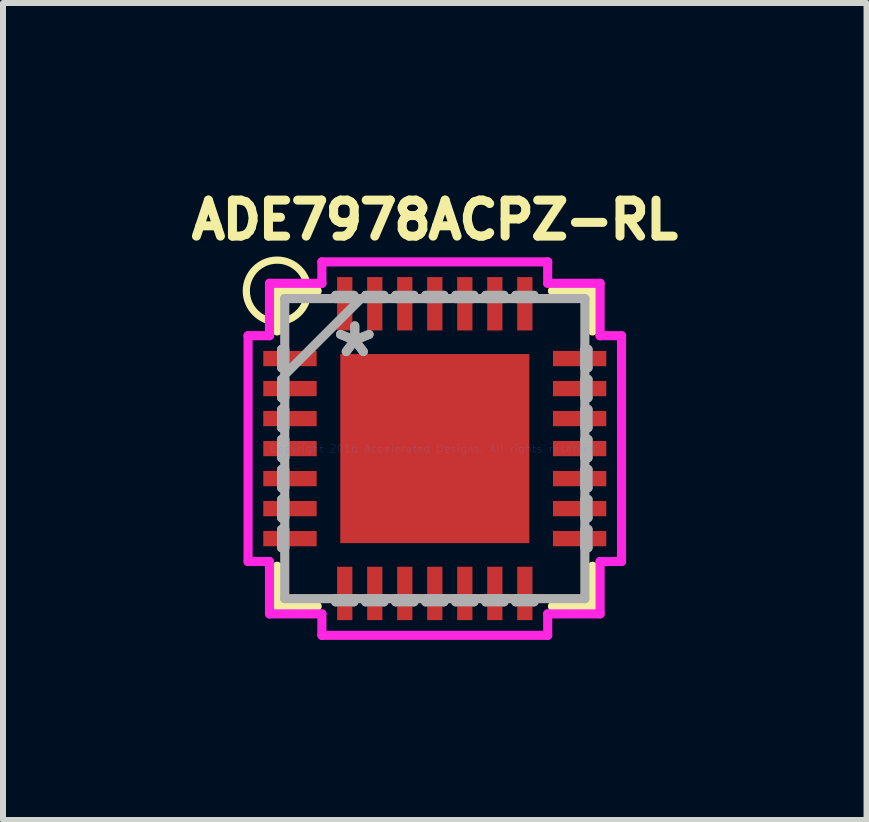
<source format=kicad_pcb>
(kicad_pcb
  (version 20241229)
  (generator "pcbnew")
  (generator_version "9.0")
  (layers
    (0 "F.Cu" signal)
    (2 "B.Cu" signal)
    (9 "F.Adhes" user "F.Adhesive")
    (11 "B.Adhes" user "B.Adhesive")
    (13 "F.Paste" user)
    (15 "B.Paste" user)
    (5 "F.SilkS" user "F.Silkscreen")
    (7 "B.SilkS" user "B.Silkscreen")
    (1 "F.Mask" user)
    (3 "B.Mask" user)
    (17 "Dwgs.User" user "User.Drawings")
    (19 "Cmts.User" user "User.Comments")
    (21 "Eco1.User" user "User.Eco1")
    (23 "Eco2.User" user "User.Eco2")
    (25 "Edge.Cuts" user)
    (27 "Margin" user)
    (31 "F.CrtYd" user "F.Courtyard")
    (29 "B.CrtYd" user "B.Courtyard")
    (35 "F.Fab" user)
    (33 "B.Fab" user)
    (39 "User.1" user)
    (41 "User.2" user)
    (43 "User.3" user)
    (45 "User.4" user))
  (footprint "ADE7978ACPZ-RL"
    (layer "F.Cu")
    (at 4.194 4.424)
    (property "Reference" "ADE7978ACPZ-RL" (at 0 -3.81 0) (layer "F.SilkS") (effects (font (size 0.6 0.6) (thickness 0.15))))
    (attr smd)
    (fp_line (start -2.627 -2.627) (end -2.627 -1.96) (stroke (width 0.152) (type solid)) (layer "F.SilkS"))
    (fp_line (start -2.627 1.96) (end -2.627 2.627) (stroke (width 0.152) (type solid)) (layer "F.SilkS"))
    (fp_line (start -2.627 2.627) (end -1.96 2.627) (stroke (width 0.152) (type solid)) (layer "F.SilkS"))
    (fp_line (start -1.96 -2.627) (end -2.627 -2.627) (stroke (width 0.152) (type solid)) (layer "F.SilkS"))
    (fp_line (start 1.96 2.627) (end 2.627 2.627) (stroke (width 0.152) (type solid)) (layer "F.SilkS"))
    (fp_line (start 2.627 -2.627) (end 1.96 -2.627) (stroke (width 0.152) (type solid)) (layer "F.SilkS"))
    (fp_line (start 2.627 -1.96) (end 2.627 -2.627) (stroke (width 0.152) (type solid)) (layer "F.SilkS"))
    (fp_line (start 2.627 2.627) (end 2.627 1.96) (stroke (width 0.152) (type solid)) (layer "F.SilkS"))
    (fp_circle (center -2.627 -2.627) (end -3.048 -2.921) (stroke (width 0.12) (type solid)) (fill no) (layer "F.SilkS"))
    (fp_line (start -3.111 -1.881) (end -2.754 -1.881) (stroke (width 0.152) (type solid)) (layer "F.CrtYd"))
    (fp_line (start -3.111 1.881) (end -3.111 -1.881) (stroke (width 0.152) (type solid)) (layer "F.CrtYd"))
    (fp_line (start -2.754 -2.754) (end -1.881 -2.754) (stroke (width 0.152) (type solid)) (layer "F.CrtYd"))
    (fp_line (start -2.754 -1.881) (end -2.754 -2.754) (stroke (width 0.152) (type solid)) (layer "F.CrtYd"))
    (fp_line (start -2.754 1.881) (end -3.111 1.881) (stroke (width 0.152) (type solid)) (layer "F.CrtYd"))
    (fp_line (start -2.754 2.754) (end -2.754 1.881) (stroke (width 0.152) (type solid)) (layer "F.CrtYd"))
    (fp_line (start -1.881 -3.111) (end 1.881 -3.111) (stroke (width 0.152) (type solid)) (layer "F.CrtYd"))
    (fp_line (start -1.881 -2.754) (end -1.881 -3.111) (stroke (width 0.152) (type solid)) (layer "F.CrtYd"))
    (fp_line (start -1.881 2.754) (end -2.754 2.754) (stroke (width 0.152) (type solid)) (layer "F.CrtYd"))
    (fp_line (start -1.881 3.111) (end -1.881 2.754) (stroke (width 0.152) (type solid)) (layer "F.CrtYd"))
    (fp_line (start 1.881 -3.111) (end 1.881 -2.754) (stroke (width 0.152) (type solid)) (layer "F.CrtYd"))
    (fp_line (start 1.881 -2.754) (end 2.754 -2.754) (stroke (width 0.152) (type solid)) (layer "F.CrtYd"))
    (fp_line (start 1.881 2.754) (end 1.881 3.111) (stroke (width 0.152) (type solid)) (layer "F.CrtYd"))
    (fp_line (start 1.881 3.111) (end -1.881 3.111) (stroke (width 0.152) (type solid)) (layer "F.CrtYd"))
    (fp_line (start 2.754 -2.754) (end 2.754 -1.881) (stroke (width 0.152) (type solid)) (layer "F.CrtYd"))
    (fp_line (start 2.754 -1.881) (end 3.111 -1.881) (stroke (width 0.152) (type solid)) (layer "F.CrtYd"))
    (fp_line (start 2.754 1.881) (end 2.754 2.754) (stroke (width 0.152) (type solid)) (layer "F.CrtYd"))
    (fp_line (start 2.754 2.754) (end 1.881 2.754) (stroke (width 0.152) (type solid)) (layer "F.CrtYd"))
    (fp_line (start 3.111 -1.881) (end 3.111 1.881) (stroke (width 0.152) (type solid)) (layer "F.CrtYd"))
    (fp_line (start 3.111 1.881) (end 2.754 1.881) (stroke (width 0.152) (type solid)) (layer "F.CrtYd"))
    (fp_line (start -2.553 -1.652) (end -2.553 -1.348) (stroke (width 0.152) (type solid)) (layer "F.Fab"))
    (fp_line (start -2.553 -1.348) (end -2.5 -1.348) (stroke (width 0.152) (type solid)) (layer "F.Fab"))
    (fp_line (start -2.553 -1.152) (end -2.553 -0.848) (stroke (width 0.152) (type solid)) (layer "F.Fab"))
    (fp_line (start -2.553 -0.848) (end -2.5 -0.848) (stroke (width 0.152) (type solid)) (layer "F.Fab"))
    (fp_line (start -2.553 -0.652) (end -2.553 -0.348) (stroke (width 0.152) (type solid)) (layer "F.Fab"))
    (fp_line (start -2.553 -0.348) (end -2.5 -0.348) (stroke (width 0.152) (type solid)) (layer "F.Fab"))
    (fp_line (start -2.553 -0.152) (end -2.553 0.152) (stroke (width 0.152) (type solid)) (layer "F.Fab"))
    (fp_line (start -2.553 0.152) (end -2.5 0.152) (stroke (width 0.152) (type solid)) (layer "F.Fab"))
    (fp_line (start -2.553 0.348) (end -2.553 0.652) (stroke (width 0.152) (type solid)) (layer "F.Fab"))
    (fp_line (start -2.553 0.652) (end -2.5 0.652) (stroke (width 0.152) (type solid)) (layer "F.Fab"))
    (fp_line (start -2.553 0.848) (end -2.553 1.152) (stroke (width 0.152) (type solid)) (layer "F.Fab"))
    (fp_line (start -2.553 1.152) (end -2.5 1.152) (stroke (width 0.152) (type solid)) (layer "F.Fab"))
    (fp_line (start -2.553 1.348) (end -2.553 1.652) (stroke (width 0.152) (type solid)) (layer "F.Fab"))
    (fp_line (start -2.553 1.652) (end -2.5 1.652) (stroke (width 0.152) (type solid)) (layer "F.Fab"))
    (fp_line (start -2.5 -2.5) (end -2.5 2.5) (stroke (width 0.152) (type solid)) (layer "F.Fab"))
    (fp_line (start -2.5 -1.652) (end -2.553 -1.652) (stroke (width 0.152) (type solid)) (layer "F.Fab"))
    (fp_line (start -2.5 -1.348) (end -2.5 -1.652) (stroke (width 0.152) (type solid)) (layer "F.Fab"))
    (fp_line (start -2.5 -1.23) (end -1.23 -2.5) (stroke (width 0.152) (type solid)) (layer "F.Fab"))
    (fp_line (start -2.5 -1.152) (end -2.553 -1.152) (stroke (width 0.152) (type solid)) (layer "F.Fab"))
    (fp_line (start -2.5 -0.848) (end -2.5 -1.152) (stroke (width 0.152) (type solid)) (layer "F.Fab"))
    (fp_line (start -2.5 -0.652) (end -2.553 -0.652) (stroke (width 0.152) (type solid)) (layer "F.Fab"))
    (fp_line (start -2.5 -0.348) (end -2.5 -0.652) (stroke (width 0.152) (type solid)) (layer "F.Fab"))
    (fp_line (start -2.5 -0.152) (end -2.553 -0.152) (stroke (width 0.152) (type solid)) (layer "F.Fab"))
    (fp_line (start -2.5 0.152) (end -2.5 -0.152) (stroke (width 0.152) (type solid)) (layer "F.Fab"))
    (fp_line (start -2.5 0.348) (end -2.553 0.348) (stroke (width 0.152) (type solid)) (layer "F.Fab"))
    (fp_line (start -2.5 0.652) (end -2.5 0.348) (stroke (width 0.152) (type solid)) (layer "F.Fab"))
    (fp_line (start -2.5 0.848) (end -2.553 0.848) (stroke (width 0.152) (type solid)) (layer "F.Fab"))
    (fp_line (start -2.5 1.152) (end -2.5 0.848) (stroke (width 0.152) (type solid)) (layer "F.Fab"))
    (fp_line (start -2.5 1.348) (end -2.553 1.348) (stroke (width 0.152) (type solid)) (layer "F.Fab"))
    (fp_line (start -2.5 1.652) (end -2.5 1.348) (stroke (width 0.152) (type solid)) (layer "F.Fab"))
    (fp_line (start -2.5 2.5) (end 2.5 2.5) (stroke (width 0.152) (type solid)) (layer "F.Fab"))
    (fp_line (start -1.652 -2.553) (end -1.652 -2.5) (stroke (width 0.152) (type solid)) (layer "F.Fab"))
    (fp_line (start -1.652 -2.5) (end -1.348 -2.5) (stroke (width 0.152) (type solid)) (layer "F.Fab"))
    (fp_line (start -1.652 2.5) (end -1.652 2.553) (stroke (width 0.152) (type solid)) (layer "F.Fab"))
    (fp_line (start -1.652 2.553) (end -1.348 2.553) (stroke (width 0.152) (type solid)) (layer "F.Fab"))
    (fp_line (start -1.348 -2.553) (end -1.652 -2.553) (stroke (width 0.152) (type solid)) (layer "F.Fab"))
    (fp_line (start -1.348 -2.5) (end -1.348 -2.553) (stroke (width 0.152) (type solid)) (layer "F.Fab"))
    (fp_line (start -1.348 2.5) (end -1.652 2.5) (stroke (width 0.152) (type solid)) (layer "F.Fab"))
    (fp_line (start -1.348 2.553) (end -1.348 2.5) (stroke (width 0.152) (type solid)) (layer "F.Fab"))
    (fp_line (start -1.152 -2.553) (end -1.152 -2.5) (stroke (width 0.152) (type solid)) (layer "F.Fab"))
    (fp_line (start -1.152 -2.5) (end -0.848 -2.5) (stroke (width 0.152) (type solid)) (layer "F.Fab"))
    (fp_line (start -1.152 2.5) (end -1.152 2.553) (stroke (width 0.152) (type solid)) (layer "F.Fab"))
    (fp_line (start -1.152 2.553) (end -0.848 2.553) (stroke (width 0.152) (type solid)) (layer "F.Fab"))
    (fp_line (start -0.848 -2.553) (end -1.152 -2.553) (stroke (width 0.152) (type solid)) (layer "F.Fab"))
    (fp_line (start -0.848 -2.5) (end -0.848 -2.553) (stroke (width 0.152) (type solid)) (layer "F.Fab"))
    (fp_line (start -0.848 2.5) (end -1.152 2.5) (stroke (width 0.152) (type solid)) (layer "F.Fab"))
    (fp_line (start -0.848 2.553) (end -0.848 2.5) (stroke (width 0.152) (type solid)) (layer "F.Fab"))
    (fp_line (start -0.652 -2.553) (end -0.652 -2.5) (stroke (width 0.152) (type solid)) (layer "F.Fab"))
    (fp_line (start -0.652 -2.5) (end -0.348 -2.5) (stroke (width 0.152) (type solid)) (layer "F.Fab"))
    (fp_line (start -0.652 2.5) (end -0.652 2.553) (stroke (width 0.152) (type solid)) (layer "F.Fab"))
    (fp_line (start -0.652 2.553) (end -0.348 2.553) (stroke (width 0.152) (type solid)) (layer "F.Fab"))
    (fp_line (start -0.348 -2.553) (end -0.652 -2.553) (stroke (width 0.152) (type solid)) (layer "F.Fab"))
    (fp_line (start -0.348 -2.5) (end -0.348 -2.553) (stroke (width 0.152) (type solid)) (layer "F.Fab"))
    (fp_line (start -0.348 2.5) (end -0.652 2.5) (stroke (width 0.152) (type solid)) (layer "F.Fab"))
    (fp_line (start -0.348 2.553) (end -0.348 2.5) (stroke (width 0.152) (type solid)) (layer "F.Fab"))
    (fp_line (start -0.152 -2.553) (end -0.152 -2.5) (stroke (width 0.152) (type solid)) (layer "F.Fab"))
    (fp_line (start -0.152 -2.5) (end 0.152 -2.5) (stroke (width 0.152) (type solid)) (layer "F.Fab"))
    (fp_line (start -0.152 2.5) (end -0.152 2.553) (stroke (width 0.152) (type solid)) (layer "F.Fab"))
    (fp_line (start -0.152 2.553) (end 0.152 2.553) (stroke (width 0.152) (type solid)) (layer "F.Fab"))
    (fp_line (start 0.152 -2.553) (end -0.152 -2.553) (stroke (width 0.152) (type solid)) (layer "F.Fab"))
    (fp_line (start 0.152 -2.5) (end 0.152 -2.553) (stroke (width 0.152) (type solid)) (layer "F.Fab"))
    (fp_line (start 0.152 2.5) (end -0.152 2.5) (stroke (width 0.152) (type solid)) (layer "F.Fab"))
    (fp_line (start 0.152 2.553) (end 0.152 2.5) (stroke (width 0.152) (type solid)) (layer "F.Fab"))
    (fp_line (start 0.348 -2.553) (end 0.348 -2.5) (stroke (width 0.152) (type solid)) (layer "F.Fab"))
    (fp_line (start 0.348 -2.5) (end 0.652 -2.5) (stroke (width 0.152) (type solid)) (layer "F.Fab"))
    (fp_line (start 0.348 2.5) (end 0.348 2.553) (stroke (width 0.152) (type solid)) (layer "F.Fab"))
    (fp_line (start 0.348 2.553) (end 0.652 2.553) (stroke (width 0.152) (type solid)) (layer "F.Fab"))
    (fp_line (start 0.652 -2.553) (end 0.348 -2.553) (stroke (width 0.152) (type solid)) (layer "F.Fab"))
    (fp_line (start 0.652 -2.5) (end 0.652 -2.553) (stroke (width 0.152) (type solid)) (layer "F.Fab"))
    (fp_line (start 0.652 2.5) (end 0.348 2.5) (stroke (width 0.152) (type solid)) (layer "F.Fab"))
    (fp_line (start 0.652 2.553) (end 0.652 2.5) (stroke (width 0.152) (type solid)) (layer "F.Fab"))
    (fp_line (start 0.848 -2.553) (end 0.848 -2.5) (stroke (width 0.152) (type solid)) (layer "F.Fab"))
    (fp_line (start 0.848 -2.5) (end 1.152 -2.5) (stroke (width 0.152) (type solid)) (layer "F.Fab"))
    (fp_line (start 0.848 2.5) (end 0.848 2.553) (stroke (width 0.152) (type solid)) (layer "F.Fab"))
    (fp_line (start 0.848 2.553) (end 1.152 2.553) (stroke (width 0.152) (type solid)) (layer "F.Fab"))
    (fp_line (start 1.152 -2.553) (end 0.848 -2.553) (stroke (width 0.152) (type solid)) (layer "F.Fab"))
    (fp_line (start 1.152 -2.5) (end 1.152 -2.553) (stroke (width 0.152) (type solid)) (layer "F.Fab"))
    (fp_line (start 1.152 2.5) (end 0.848 2.5) (stroke (width 0.152) (type solid)) (layer "F.Fab"))
    (fp_line (start 1.152 2.553) (end 1.152 2.5) (stroke (width 0.152) (type solid)) (layer "F.Fab"))
    (fp_line (start 1.348 -2.553) (end 1.348 -2.5) (stroke (width 0.152) (type solid)) (layer "F.Fab"))
    (fp_line (start 1.348 -2.5) (end 1.652 -2.5) (stroke (width 0.152) (type solid)) (layer "F.Fab"))
    (fp_line (start 1.348 2.5) (end 1.348 2.553) (stroke (width 0.152) (type solid)) (layer "F.Fab"))
    (fp_line (start 1.348 2.553) (end 1.652 2.553) (stroke (width 0.152) (type solid)) (layer "F.Fab"))
    (fp_line (start 1.652 -2.553) (end 1.348 -2.553) (stroke (width 0.152) (type solid)) (layer "F.Fab"))
    (fp_line (start 1.652 -2.5) (end 1.652 -2.553) (stroke (width 0.152) (type solid)) (layer "F.Fab"))
    (fp_line (start 1.652 2.5) (end 1.348 2.5) (stroke (width 0.152) (type solid)) (layer "F.Fab"))
    (fp_line (start 1.652 2.553) (end 1.652 2.5) (stroke (width 0.152) (type solid)) (layer "F.Fab"))
    (fp_line (start 2.5 -2.5) (end -2.5 -2.5) (stroke (width 0.152) (type solid)) (layer "F.Fab"))
    (fp_line (start 2.5 -1.652) (end 2.5 -1.348) (stroke (width 0.152) (type solid)) (layer "F.Fab"))
    (fp_line (start 2.5 -1.348) (end 2.553 -1.348) (stroke (width 0.152) (type solid)) (layer "F.Fab"))
    (fp_line (start 2.5 -1.152) (end 2.5 -0.848) (stroke (width 0.152) (type solid)) (layer "F.Fab"))
    (fp_line (start 2.5 -0.848) (end 2.553 -0.848) (stroke (width 0.152) (type solid)) (layer "F.Fab"))
    (fp_line (start 2.5 -0.652) (end 2.5 -0.348) (stroke (width 0.152) (type solid)) (layer "F.Fab"))
    (fp_line (start 2.5 -0.348) (end 2.553 -0.348) (stroke (width 0.152) (type solid)) (layer "F.Fab"))
    (fp_line (start 2.5 -0.152) (end 2.5 0.152) (stroke (width 0.152) (type solid)) (layer "F.Fab"))
    (fp_line (start 2.5 0.152) (end 2.553 0.152) (stroke (width 0.152) (type solid)) (layer "F.Fab"))
    (fp_line (start 2.5 0.348) (end 2.5 0.652) (stroke (width 0.152) (type solid)) (layer "F.Fab"))
    (fp_line (start 2.5 0.652) (end 2.553 0.652) (stroke (width 0.152) (type solid)) (layer "F.Fab"))
    (fp_line (start 2.5 0.848) (end 2.5 1.152) (stroke (width 0.152) (type solid)) (layer "F.Fab"))
    (fp_line (start 2.5 1.152) (end 2.553 1.152) (stroke (width 0.152) (type solid)) (layer "F.Fab"))
    (fp_line (start 2.5 1.348) (end 2.5 1.652) (stroke (width 0.152) (type solid)) (layer "F.Fab"))
    (fp_line (start 2.5 1.652) (end 2.553 1.652) (stroke (width 0.152) (type solid)) (layer "F.Fab"))
    (fp_line (start 2.5 2.5) (end 2.5 -2.5) (stroke (width 0.152) (type solid)) (layer "F.Fab"))
    (fp_line (start 2.553 -1.652) (end 2.5 -1.652) (stroke (width 0.152) (type solid)) (layer "F.Fab"))
    (fp_line (start 2.553 -1.348) (end 2.553 -1.652) (stroke (width 0.152) (type solid)) (layer "F.Fab"))
    (fp_line (start 2.553 -1.152) (end 2.5 -1.152) (stroke (width 0.152) (type solid)) (layer "F.Fab"))
    (fp_line (start 2.553 -0.848) (end 2.553 -1.152) (stroke (width 0.152) (type solid)) (layer "F.Fab"))
    (fp_line (start 2.553 -0.652) (end 2.5 -0.652) (stroke (width 0.152) (type solid)) (layer "F.Fab"))
    (fp_line (start 2.553 -0.348) (end 2.553 -0.652) (stroke (width 0.152) (type solid)) (layer "F.Fab"))
    (fp_line (start 2.553 -0.152) (end 2.5 -0.152) (stroke (width 0.152) (type solid)) (layer "F.Fab"))
    (fp_line (start 2.553 0.152) (end 2.553 -0.152) (stroke (width 0.152) (type solid)) (layer "F.Fab"))
    (fp_line (start 2.553 0.348) (end 2.5 0.348) (stroke (width 0.152) (type solid)) (layer "F.Fab"))
    (fp_line (start 2.553 0.652) (end 2.553 0.348) (stroke (width 0.152) (type solid)) (layer "F.Fab"))
    (fp_line (start 2.553 0.848) (end 2.5 0.848) (stroke (width 0.152) (type solid)) (layer "F.Fab"))
    (fp_line (start 2.553 1.152) (end 2.553 0.848) (stroke (width 0.152) (type solid)) (layer "F.Fab"))
    (fp_line (start 2.553 1.348) (end 2.5 1.348) (stroke (width 0.152) (type solid)) (layer "F.Fab"))
    (fp_line (start 2.553 1.652) (end 2.553 1.348) (stroke (width 0.152) (type solid)) (layer "F.Fab"))
    (fp_text user "Copyright 2016 Accelerated Designs. All rights reserved." (at 0 0 0) (layer "Cmts.User") (effects (font (size 0.127 0.127) (thickness 0.002))))
    (fp_text user "*" (at -1.333 -1.5 0) (layer "F.Fab") (effects (font (size 1 1) (thickness 0.15))))
    (fp_text user "*" (at -1.333 -1.5 0) (layer "F.Fab") (effects (font (size 1 1) (thickness 0.15))))
    (pad "" smd rect (at -0.8 -0.8) (size 1 1) (layers "F.Paste"))
    (pad "" smd rect (at -0.8 0.8) (size 1 1) (layers "F.Paste"))
    (pad "" smd rect (at 0.8 -0.8) (size 1 1) (layers "F.Paste"))
    (pad "" smd rect (at 0.8 0.8) (size 1 1) (layers "F.Paste"))
    (pad "1" smd rect (at -2.413 -1.5 90) (size 0.254 0.889) (layers "F.Cu" "F.Mask" "F.Paste"))
    (pad "2" smd rect (at -2.413 -1 90) (size 0.254 0.889) (layers "F.Cu" "F.Mask" "F.Paste"))
    (pad "3" smd rect (at -2.413 -0.5 90) (size 0.254 0.889) (layers "F.Cu" "F.Mask" "F.Paste"))
    (pad "4" smd rect (at -2.413 0 90) (size 0.254 0.889) (layers "F.Cu" "F.Mask" "F.Paste"))
    (pad "5" smd rect (at -2.413 0.5 90) (size 0.254 0.889) (layers "F.Cu" "F.Mask" "F.Paste"))
    (pad "6" smd rect (at -2.413 1 90) (size 0.254 0.889) (layers "F.Cu" "F.Mask" "F.Paste"))
    (pad "7" smd rect (at -2.413 1.5 90) (size 0.254 0.889) (layers "F.Cu" "F.Mask" "F.Paste"))
    (pad "8" smd rect (at -1.5 2.413) (size 0.254 0.889) (layers "F.Cu" "F.Mask" "F.Paste"))
    (pad "9" smd rect (at -1 2.413) (size 0.254 0.889) (layers "F.Cu" "F.Mask" "F.Paste"))
    (pad "10" smd rect (at -0.5 2.413) (size 0.254 0.889) (layers "F.Cu" "F.Mask" "F.Paste"))
    (pad "11" smd rect (at 0 2.413) (size 0.254 0.889) (layers "F.Cu" "F.Mask" "F.Paste"))
    (pad "12" smd rect (at 0.5 2.413) (size 0.254 0.889) (layers "F.Cu" "F.Mask" "F.Paste"))
    (pad "13" smd rect (at 1 2.413) (size 0.254 0.889) (layers "F.Cu" "F.Mask" "F.Paste"))
    (pad "14" smd rect (at 1.5 2.413) (size 0.254 0.889) (layers "F.Cu" "F.Mask" "F.Paste"))
    (pad "15" smd rect (at 2.413 1.5 90) (size 0.254 0.889) (layers "F.Cu" "F.Mask" "F.Paste"))
    (pad "16" smd rect (at 2.413 1 90) (size 0.254 0.889) (layers "F.Cu" "F.Mask" "F.Paste"))
    (pad "17" smd rect (at 2.413 0.5 90) (size 0.254 0.889) (layers "F.Cu" "F.Mask" "F.Paste"))
    (pad "18" smd rect (at 2.413 0 90) (size 0.254 0.889) (layers "F.Cu" "F.Mask" "F.Paste"))
    (pad "19" smd rect (at 2.413 -0.5 90) (size 0.254 0.889) (layers "F.Cu" "F.Mask" "F.Paste"))
    (pad "20" smd rect (at 2.413 -1 90) (size 0.254 0.889) (layers "F.Cu" "F.Mask" "F.Paste"))
    (pad "21" smd rect (at 2.413 -1.5 90) (size 0.254 0.889) (layers "F.Cu" "F.Mask" "F.Paste"))
    (pad "22" smd rect (at 1.5 -2.413) (size 0.254 0.889) (layers "F.Cu" "F.Mask" "F.Paste"))
    (pad "23" smd rect (at 1 -2.413) (size 0.254 0.889) (layers "F.Cu" "F.Mask" "F.Paste"))
    (pad "24" smd rect (at 0.5 -2.413) (size 0.254 0.889) (layers "F.Cu" "F.Mask" "F.Paste"))
    (pad "25" smd rect (at 0 -2.413) (size 0.254 0.889) (layers "F.Cu" "F.Mask" "F.Paste"))
    (pad "26" smd rect (at -0.5 -2.413) (size 0.254 0.889) (layers "F.Cu" "F.Mask" "F.Paste"))
    (pad "27" smd rect (at -1 -2.413) (size 0.254 0.889) (layers "F.Cu" "F.Mask" "F.Paste"))
    (pad "28" smd rect (at -1.5 -2.413) (size 0.254 0.889) (layers "F.Cu" "F.Mask" "F.Paste"))
    (pad "29" smd rect (at 0 0) (size 3.15 3.15) (layers "F.Cu" "F.Mask")))
  (gr_rect
    (start -3 -3)
    (end 11.387 10.612)
    (stroke (width 0.1) (type default))
    (fill no)
    (layer "Edge.Cuts")))
</source>
